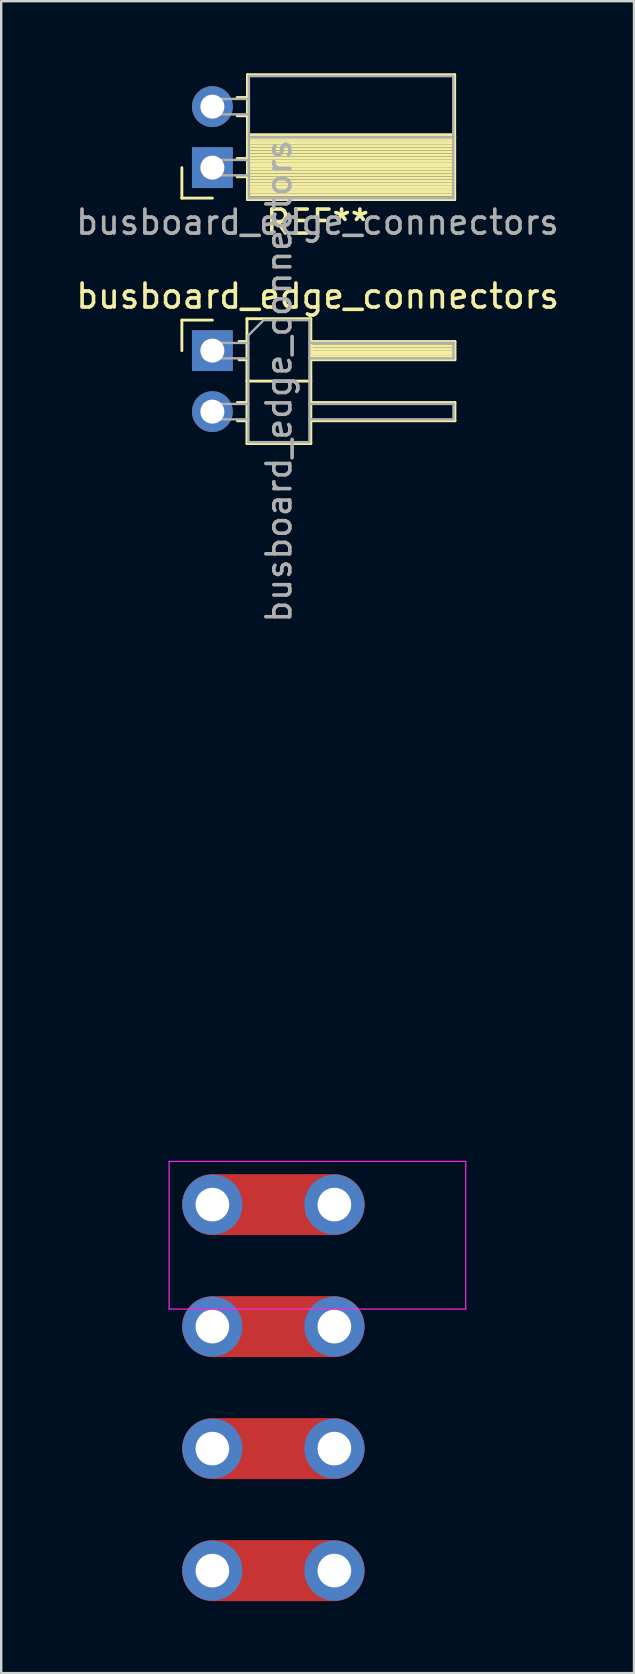
<source format=kicad_pcb>
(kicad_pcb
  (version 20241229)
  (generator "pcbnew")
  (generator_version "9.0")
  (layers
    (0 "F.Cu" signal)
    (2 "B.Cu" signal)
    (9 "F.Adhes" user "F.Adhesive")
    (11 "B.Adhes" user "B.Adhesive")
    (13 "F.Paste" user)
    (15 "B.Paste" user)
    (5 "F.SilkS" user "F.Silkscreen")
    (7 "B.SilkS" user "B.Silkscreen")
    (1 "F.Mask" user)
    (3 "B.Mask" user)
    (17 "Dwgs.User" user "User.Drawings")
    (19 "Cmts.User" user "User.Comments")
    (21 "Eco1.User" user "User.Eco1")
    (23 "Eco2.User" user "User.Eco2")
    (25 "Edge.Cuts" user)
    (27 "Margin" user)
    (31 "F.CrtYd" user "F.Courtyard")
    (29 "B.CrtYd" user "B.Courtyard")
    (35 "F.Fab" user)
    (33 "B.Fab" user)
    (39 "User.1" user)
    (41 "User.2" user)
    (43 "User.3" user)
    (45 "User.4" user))
  (footprint "busboard_edge_connectors"
    (layer "F.Cu")
    (at 5.793 47.11)
    (property "Reference" "busboard_edge_connectors" (at 4.385 -37.83 0) (layer "F.SilkS") (effects (font (size 1 1) (thickness 0.15))))
    (attr through_hole)
    (fp_line (start -1.27 -41.91) (end -1.27 -43.18) (stroke (width 0.12) (type solid)) (layer "F.SilkS"))
    (fp_line (start -1.27 -36.83) (end 0 -36.83) (stroke (width 0.12) (type solid)) (layer "F.SilkS"))
    (fp_line (start -1.27 -35.56) (end -1.27 -36.83) (stroke (width 0.12) (type solid)) (layer "F.SilkS"))
    (fp_line (start 0 -41.91) (end -1.27 -41.91) (stroke (width 0.12) (type solid)) (layer "F.SilkS"))
    (fp_line (start 1.03 -46.1) (end 1.46 -46.1) (stroke (width 0.12) (type solid)) (layer "F.SilkS"))
    (fp_line (start 1.03 -45.34) (end 1.46 -45.34) (stroke (width 0.12) (type solid)) (layer "F.SilkS"))
    (fp_line (start 1.03 -43.56) (end 1.46 -43.56) (stroke (width 0.12) (type solid)) (layer "F.SilkS"))
    (fp_line (start 1.03 -42.8) (end 1.46 -42.8) (stroke (width 0.12) (type solid)) (layer "F.SilkS"))
    (fp_line (start 1.043 -33.4) (end 1.44 -33.4) (stroke (width 0.12) (type solid)) (layer "F.SilkS"))
    (fp_line (start 1.043 -32.64) (end 1.44 -32.64) (stroke (width 0.12) (type solid)) (layer "F.SilkS"))
    (fp_line (start 1.11 -35.94) (end 1.44 -35.94) (stroke (width 0.12) (type solid)) (layer "F.SilkS"))
    (fp_line (start 1.11 -35.18) (end 1.44 -35.18) (stroke (width 0.12) (type solid)) (layer "F.SilkS"))
    (fp_line (start 1.44 -36.89) (end 1.44 -31.69) (stroke (width 0.12) (type solid)) (layer "F.SilkS"))
    (fp_line (start 1.44 -34.29) (end 4.1 -34.29) (stroke (width 0.12) (type solid)) (layer "F.SilkS"))
    (fp_line (start 1.44 -31.69) (end 4.1 -31.69) (stroke (width 0.12) (type solid)) (layer "F.SilkS"))
    (fp_line (start 1.46 -47.05) (end 10.09 -47.05) (stroke (width 0.12) (type solid)) (layer "F.SilkS"))
    (fp_line (start 1.46 -44.55) (end 10.09 -44.55) (stroke (width 0.12) (type solid)) (layer "F.SilkS"))
    (fp_line (start 1.46 -44.45) (end 1.46 -47.05) (stroke (width 0.12) (type solid)) (layer "F.SilkS"))
    (fp_line (start 1.46 -44.45) (end 10.09 -44.45) (stroke (width 0.12) (type solid)) (layer "F.SilkS"))
    (fp_line (start 1.46 -44.43) (end 10.09 -44.43) (stroke (width 0.12) (type solid)) (layer "F.SilkS"))
    (fp_line (start 1.46 -44.31) (end 10.09 -44.31) (stroke (width 0.12) (type solid)) (layer "F.SilkS"))
    (fp_line (start 1.46 -44.19) (end 10.09 -44.19) (stroke (width 0.12) (type solid)) (layer "F.SilkS"))
    (fp_line (start 1.46 -44.07) (end 10.09 -44.07) (stroke (width 0.12) (type solid)) (layer "F.SilkS"))
    (fp_line (start 1.46 -43.95) (end 10.09 -43.95) (stroke (width 0.12) (type solid)) (layer "F.SilkS"))
    (fp_line (start 1.46 -43.83) (end 10.09 -43.83) (stroke (width 0.12) (type solid)) (layer "F.SilkS"))
    (fp_line (start 1.46 -43.71) (end 10.09 -43.71) (stroke (width 0.12) (type solid)) (layer "F.SilkS"))
    (fp_line (start 1.46 -43.59) (end 10.09 -43.59) (stroke (width 0.12) (type solid)) (layer "F.SilkS"))
    (fp_line (start 1.46 -43.47) (end 10.09 -43.47) (stroke (width 0.12) (type solid)) (layer "F.SilkS"))
    (fp_line (start 1.46 -43.35) (end 10.09 -43.35) (stroke (width 0.12) (type solid)) (layer "F.SilkS"))
    (fp_line (start 1.46 -43.23) (end 10.09 -43.23) (stroke (width 0.12) (type solid)) (layer "F.SilkS"))
    (fp_line (start 1.46 -43.11) (end 10.09 -43.11) (stroke (width 0.12) (type solid)) (layer "F.SilkS"))
    (fp_line (start 1.46 -42.99) (end 10.09 -42.99) (stroke (width 0.12) (type solid)) (layer "F.SilkS"))
    (fp_line (start 1.46 -42.87) (end 10.09 -42.87) (stroke (width 0.12) (type solid)) (layer "F.SilkS"))
    (fp_line (start 1.46 -42.75) (end 10.09 -42.75) (stroke (width 0.12) (type solid)) (layer "F.SilkS"))
    (fp_line (start 1.46 -42.63) (end 10.09 -42.63) (stroke (width 0.12) (type solid)) (layer "F.SilkS"))
    (fp_line (start 1.46 -42.51) (end 10.09 -42.51) (stroke (width 0.12) (type solid)) (layer "F.SilkS"))
    (fp_line (start 1.46 -42.39) (end 10.09 -42.39) (stroke (width 0.12) (type solid)) (layer "F.SilkS"))
    (fp_line (start 1.46 -42.27) (end 10.09 -42.27) (stroke (width 0.12) (type solid)) (layer "F.SilkS"))
    (fp_line (start 1.46 -42.15) (end 10.09 -42.15) (stroke (width 0.12) (type solid)) (layer "F.SilkS"))
    (fp_line (start 1.46 -42.03) (end 10.09 -42.03) (stroke (width 0.12) (type solid)) (layer "F.SilkS"))
    (fp_line (start 1.46 -41.85) (end 1.46 -44.45) (stroke (width 0.12) (type solid)) (layer "F.SilkS"))
    (fp_line (start 4.1 -36.89) (end 1.44 -36.89) (stroke (width 0.12) (type solid)) (layer "F.SilkS"))
    (fp_line (start 4.1 -35.94) (end 10.1 -35.94) (stroke (width 0.12) (type solid)) (layer "F.SilkS"))
    (fp_line (start 4.1 -35.88) (end 10.1 -35.88) (stroke (width 0.12) (type solid)) (layer "F.SilkS"))
    (fp_line (start 4.1 -35.76) (end 10.1 -35.76) (stroke (width 0.12) (type solid)) (layer "F.SilkS"))
    (fp_line (start 4.1 -35.64) (end 10.1 -35.64) (stroke (width 0.12) (type solid)) (layer "F.SilkS"))
    (fp_line (start 4.1 -35.52) (end 10.1 -35.52) (stroke (width 0.12) (type solid)) (layer "F.SilkS"))
    (fp_line (start 4.1 -35.4) (end 10.1 -35.4) (stroke (width 0.12) (type solid)) (layer "F.SilkS"))
    (fp_line (start 4.1 -35.28) (end 10.1 -35.28) (stroke (width 0.12) (type solid)) (layer "F.SilkS"))
    (fp_line (start 4.1 -33.4) (end 10.1 -33.4) (stroke (width 0.12) (type solid)) (layer "F.SilkS"))
    (fp_line (start 4.1 -31.69) (end 4.1 -36.89) (stroke (width 0.12) (type solid)) (layer "F.SilkS"))
    (fp_line (start 10.09 -47.05) (end 10.09 -44.45) (stroke (width 0.12) (type solid)) (layer "F.SilkS"))
    (fp_line (start 10.09 -44.45) (end 1.46 -44.45) (stroke (width 0.12) (type solid)) (layer "F.SilkS"))
    (fp_line (start 10.09 -44.45) (end 10.09 -41.85) (stroke (width 0.12) (type solid)) (layer "F.SilkS"))
    (fp_line (start 10.09 -41.85) (end 1.46 -41.85) (stroke (width 0.12) (type solid)) (layer "F.SilkS"))
    (fp_line (start 10.1 -35.94) (end 10.1 -35.18) (stroke (width 0.12) (type solid)) (layer "F.SilkS"))
    (fp_line (start 10.1 -35.18) (end 4.1 -35.18) (stroke (width 0.12) (type solid)) (layer "F.SilkS"))
    (fp_line (start 10.1 -33.4) (end 10.1 -32.64) (stroke (width 0.12) (type solid)) (layer "F.SilkS"))
    (fp_line (start 10.1 -32.64) (end 4.1 -32.64) (stroke (width 0.12) (type solid)) (layer "F.SilkS"))
    (fp_line (start -1.8 -1.8) (end -1.8 4.35) (stroke (width 0.05) (type solid)) (layer "F.CrtYd"))
    (fp_line (start -1.8 4.35) (end 10.55 4.35) (stroke (width 0.05) (type solid)) (layer "F.CrtYd"))
    (fp_line (start 10.55 -1.8) (end -1.8 -1.8) (stroke (width 0.05) (type solid)) (layer "F.CrtYd"))
    (fp_line (start 10.55 4.35) (end 10.55 -1.8) (stroke (width 0.05) (type solid)) (layer "F.CrtYd"))
    (fp_line (start -0.32 -35.88) (end -0.32 -35.24) (stroke (width 0.1) (type solid)) (layer "F.Fab"))
    (fp_line (start -0.32 -35.88) (end 1.5 -35.88) (stroke (width 0.1) (type solid)) (layer "F.Fab"))
    (fp_line (start -0.32 -35.24) (end 1.5 -35.24) (stroke (width 0.1) (type solid)) (layer "F.Fab"))
    (fp_line (start -0.32 -33.34) (end -0.32 -32.7) (stroke (width 0.1) (type solid)) (layer "F.Fab"))
    (fp_line (start -0.32 -33.34) (end 1.5 -33.34) (stroke (width 0.1) (type solid)) (layer "F.Fab"))
    (fp_line (start -0.32 -32.7) (end 1.5 -32.7) (stroke (width 0.1) (type solid)) (layer "F.Fab"))
    (fp_line (start 0 -46.04) (end 1.52 -46.04) (stroke (width 0.1) (type solid)) (layer "F.Fab"))
    (fp_line (start 0 -45.4) (end 0 -46.04) (stroke (width 0.1) (type solid)) (layer "F.Fab"))
    (fp_line (start 0 -43.5) (end 1.52 -43.5) (stroke (width 0.1) (type solid)) (layer "F.Fab"))
    (fp_line (start 0 -42.86) (end 0 -43.5) (stroke (width 0.1) (type solid)) (layer "F.Fab"))
    (fp_line (start 1.5 -36.195) (end 2.135 -36.83) (stroke (width 0.1) (type solid)) (layer "F.Fab"))
    (fp_line (start 1.5 -31.75) (end 1.5 -36.195) (stroke (width 0.1) (type solid)) (layer "F.Fab"))
    (fp_line (start 1.52 -46.99) (end 10.03 -46.99) (stroke (width 0.1) (type solid)) (layer "F.Fab"))
    (fp_line (start 1.52 -46.04) (end 1.52 -45.4) (stroke (width 0.1) (type solid)) (layer "F.Fab"))
    (fp_line (start 1.52 -45.4) (end 0 -45.4) (stroke (width 0.1) (type solid)) (layer "F.Fab"))
    (fp_line (start 1.52 -44.45) (end 1.52 -46.99) (stroke (width 0.1) (type solid)) (layer "F.Fab"))
    (fp_line (start 1.52 -44.45) (end 10.03 -44.45) (stroke (width 0.1) (type solid)) (layer "F.Fab"))
    (fp_line (start 1.52 -43.5) (end 1.52 -42.86) (stroke (width 0.1) (type solid)) (layer "F.Fab"))
    (fp_line (start 1.52 -42.86) (end 0 -42.86) (stroke (width 0.1) (type solid)) (layer "F.Fab"))
    (fp_line (start 1.52 -41.91) (end 1.52 -44.45) (stroke (width 0.1) (type solid)) (layer "F.Fab"))
    (fp_line (start 2.135 -36.83) (end 4.04 -36.83) (stroke (width 0.1) (type solid)) (layer "F.Fab"))
    (fp_line (start 4.04 -36.83) (end 4.04 -31.75) (stroke (width 0.1) (type solid)) (layer "F.Fab"))
    (fp_line (start 4.04 -35.88) (end 10.04 -35.88) (stroke (width 0.1) (type solid)) (layer "F.Fab"))
    (fp_line (start 4.04 -35.24) (end 10.04 -35.24) (stroke (width 0.1) (type solid)) (layer "F.Fab"))
    (fp_line (start 4.04 -33.34) (end 10.04 -33.34) (stroke (width 0.1) (type solid)) (layer "F.Fab"))
    (fp_line (start 4.04 -32.7) (end 10.04 -32.7) (stroke (width 0.1) (type solid)) (layer "F.Fab"))
    (fp_line (start 4.04 -31.75) (end 1.5 -31.75) (stroke (width 0.1) (type solid)) (layer "F.Fab"))
    (fp_line (start 10.03 -46.99) (end 10.03 -44.45) (stroke (width 0.1) (type solid)) (layer "F.Fab"))
    (fp_line (start 10.03 -44.45) (end 1.52 -44.45) (stroke (width 0.1) (type solid)) (layer "F.Fab"))
    (fp_line (start 10.03 -44.45) (end 10.03 -41.91) (stroke (width 0.1) (type solid)) (layer "F.Fab"))
    (fp_line (start 10.03 -41.91) (end 1.52 -41.91) (stroke (width 0.1) (type solid)) (layer "F.Fab"))
    (fp_line (start 10.04 -35.88) (end 10.04 -35.24) (stroke (width 0.1) (type solid)) (layer "F.Fab"))
    (fp_line (start 10.04 -33.34) (end 10.04 -32.7) (stroke (width 0.1) (type solid)) (layer "F.Fab"))
    (fp_text user "REF**" (at 4.38 -40.91 180) (layer "F.SilkS") (effects (font (size 1 1) (thickness 0.15))))
    (fp_text user "${REFERENCE}" (at 2.77 -34.29 90) (layer "F.Fab") (effects (font (size 1 1) (thickness 0.15))))
    (fp_text user "${REFERENCE}" (at 4.38 -40.91 180) (layer "F.Fab") (effects (font (size 1 1) (thickness 0.15))))
    (pad "1" thru_hole rect (at 0 -43.18 180) (size 1.7 1.7) (drill 1) (layers "*.Cu" "*.Mask"))
    (pad "1" thru_hole rect (at 0 -35.56) (size 1.7 1.7) (drill 1) (layers "*.Cu" "*.Mask"))
    (pad "1" thru_hole circle (at 0 0) (size 2.5 2.5) (drill 1.4) (layers "*.Cu" "*.Mask"))
    (pad "1" thru_hole circle (at 0 5.08) (size 2.5 2.5) (drill 1.4) (layers "*.Cu" "*.Mask"))
    (pad "1" thru_hole circle (at 0 10.16) (size 2.5 2.5) (drill 1.4) (layers "*.Cu" "*.Mask"))
    (pad "1" thru_hole circle (at 0 15.24) (size 2.5 2.5) (drill 1.4) (layers "*.Cu" "*.Mask"))
    (pad "1" smd oval (at 2.54 0) (size 7.6 2.54) (layers "F.Cu" "F.Mask"))
    (pad "1" smd oval (at 2.54 5.08) (size 7.6 2.54) (layers "F.Cu" "F.Mask"))
    (pad "1" smd oval (at 2.54 10.16) (size 7.6 2.54) (layers "F.Cu" "F.Mask"))
    (pad "1" smd oval (at 2.54 15.24) (size 7.6 2.54) (layers "F.Cu" "F.Mask"))
    (pad "1" thru_hole circle (at 5.08 0) (size 2.5 2.5) (drill 1.4) (layers "*.Cu" "*.Mask"))
    (pad "1" thru_hole circle (at 5.08 5.08) (size 2.5 2.5) (drill 1.4) (layers "*.Cu" "*.Mask"))
    (pad "1" thru_hole circle (at 5.08 10.16) (size 2.5 2.5) (drill 1.4) (layers "*.Cu" "*.Mask"))
    (pad "1" thru_hole circle (at 5.08 15.24) (size 2.5 2.5) (drill 1.4) (layers "*.Cu" "*.Mask"))
    (pad "2" thru_hole oval (at 0 -45.72 180) (size 1.7 1.7) (drill 1) (layers "*.Cu" "*.Mask"))
    (pad "2" thru_hole oval (at 0 -33.02) (size 1.7 1.7) (drill 1) (layers "*.Cu" "*.Mask")))
  (gr_rect
    (start -3 -3)
    (end 23.35 66.62)
    (stroke (width 0.1) (type default))
    (fill no)
    (layer "Edge.Cuts")))
</source>
